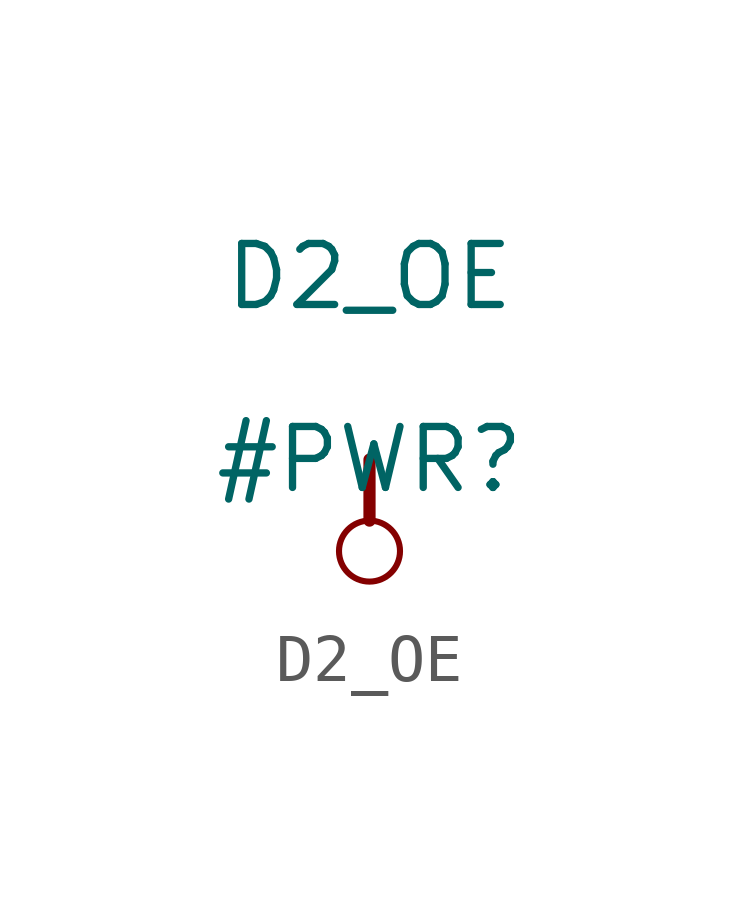
<source format=kicad_sym>
(kicad_symbol_lib
  (version 20211014)
  (generator kicad_symbol_editor)
  (symbol "D2_OE"
    (power)
    (property "Reference" "#PWR"
      (at 0 0 0)
      (effects (font (size 1.27 1.27))))
    (property "Value" "D2_OE"
      (at 0 3.81 0)
      (effects (font (size 1.27 1.27))))
    (symbol "D2_OE_0_0"
      (circle (center 0 -1.905) (radius 0.635) (stroke (width 0.127) (type default) (color 0 0 0 0)) (fill (type none)))
      (polyline (pts (xy 0 0) (xy 0 -1.27)) (stroke (width 0.254) (type default) (color 0 0 0 0)) (fill (type none)))
      (pin power_in line (at 0 0 0) (length 0) hide (name "D2_OE" (effects (font (size 1.27 1.27)))) (number "" (effects (font (size 1.27 1.27))))))))
</source>
